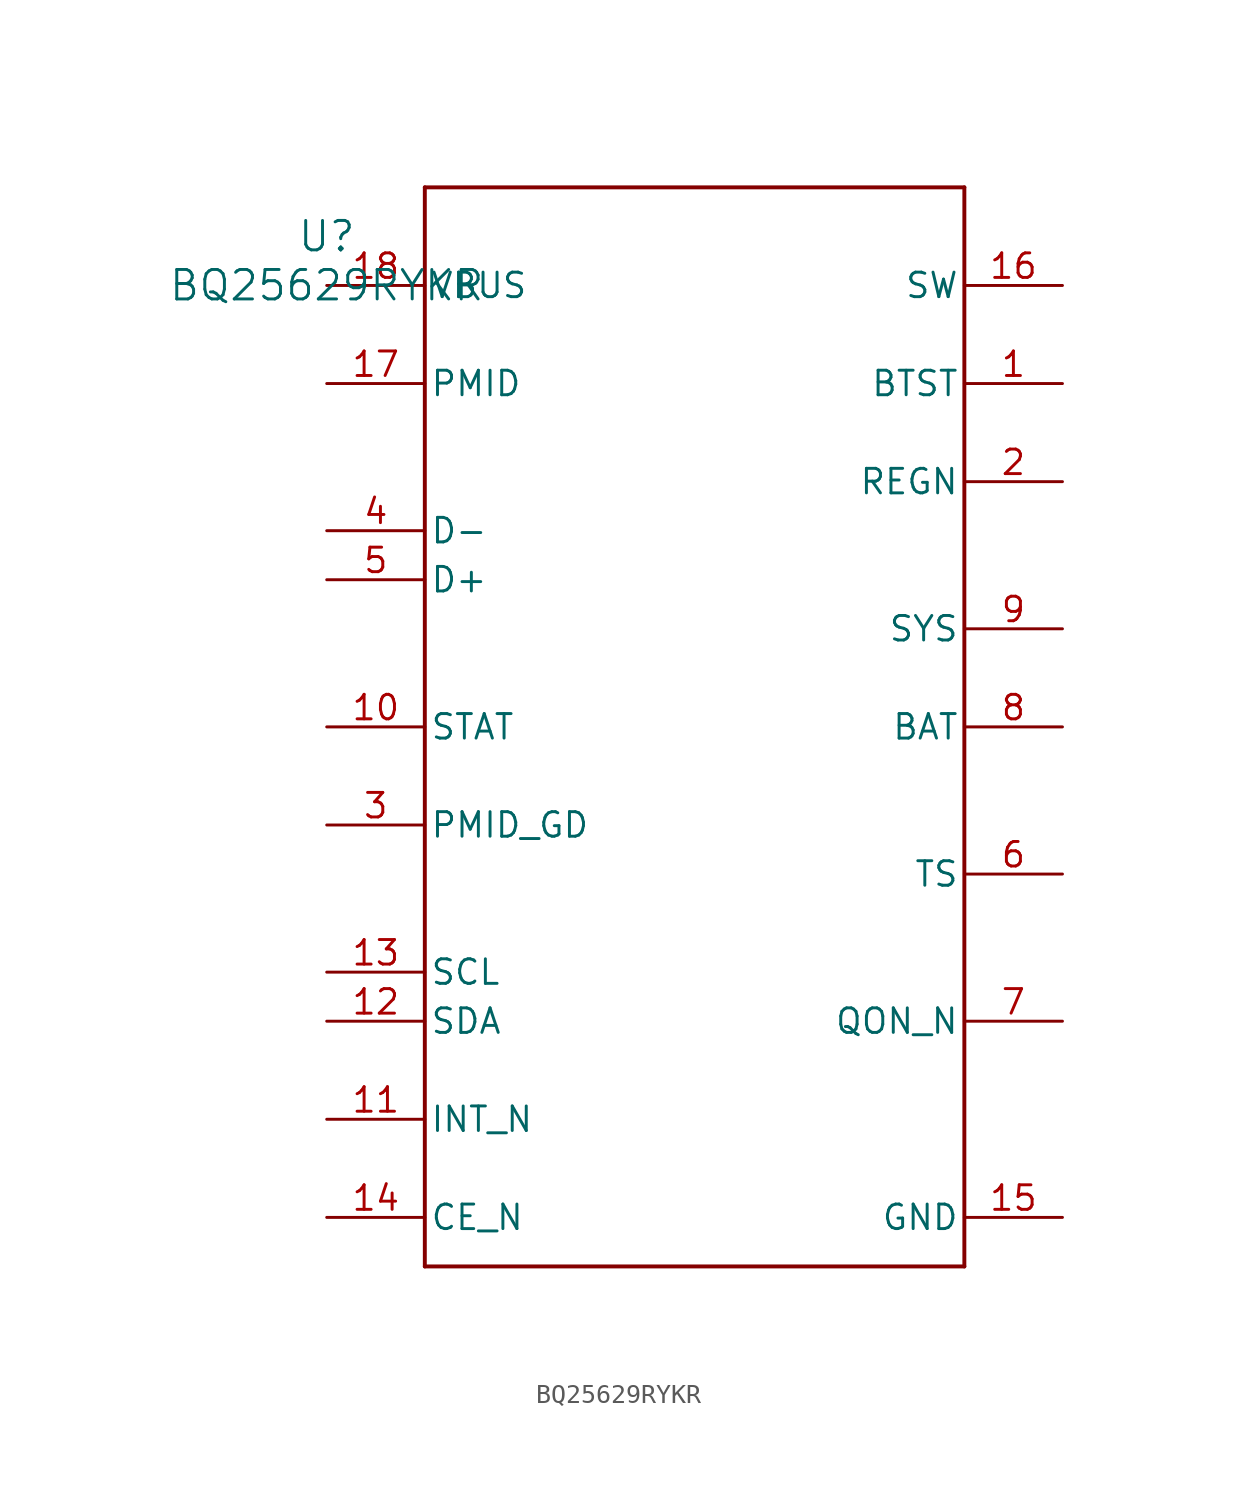
<source format=kicad_sym>
(kicad_symbol_lib
  (version 20211014)
  (generator kicad_symbol_editor)
  (symbol "BQ25629RYKR"
    (pin_names
      (offset 0.254))
    (property "Reference" "U"
      (at 0 2.54 0)
      (effects (font (size 1.524 1.524))))
    (property "Value" "BQ25629RYKR"
      (at 0 0 0)
      (effects (font (size 1.524 1.524))))
    (symbol "BQ25629RYKR_0_1"
      (polyline (pts (xy 5.08 -50.8) (xy 33.02 -50.8)) (stroke (width 0.203) (type default) (color 0 0 0 0)) (fill (type none)))
      (polyline (pts (xy 33.02 -50.8) (xy 33.02 5.08)) (stroke (width 0.203) (type default) (color 0 0 0 0)) (fill (type none)))
      (polyline (pts (xy 33.02 5.08) (xy 5.08 5.08)) (stroke (width 0.203) (type default) (color 0 0 0 0)) (fill (type none)))
      (polyline (pts (xy 5.08 5.08) (xy 5.08 -50.8)) (stroke (width 0.203) (type default) (color 0 0 0 0)) (fill (type none)))
      (pin unspecified line (at 38.1 -5.08 180) (length 5.08) (name "BTST" (effects (font (size 1.27 1.27)))) (number "1" (effects (font (size 1.27 1.27)))))
      (pin unspecified line (at 38.1 -10.16 180) (length 5.08) (name "REGN" (effects (font (size 1.27 1.27)))) (number "2" (effects (font (size 1.27 1.27)))))
      (pin open_collector line (at 0 -27.94 0) (length 5.08) (name "PMID_GD" (effects (font (size 1.27 1.27)))) (number "3" (effects (font (size 1.27 1.27)))))
      (pin bidirectional line (at 0 -12.7 0) (length 5.08) (name "D-" (effects (font (size 1.27 1.27)))) (number "4" (effects (font (size 1.27 1.27)))))
      (pin bidirectional line (at 0 -15.24 0) (length 5.08) (name "D+" (effects (font (size 1.27 1.27)))) (number "5" (effects (font (size 1.27 1.27)))))
      (pin unspecified line (at 38.1 -30.48 180) (length 5.08) (name "TS" (effects (font (size 1.27 1.27)))) (number "6" (effects (font (size 1.27 1.27)))))
      (pin input line (at 38.1 -38.1 180) (length 5.08) (name "QON_N" (effects (font (size 1.27 1.27)))) (number "7" (effects (font (size 1.27 1.27)))))
      (pin power_in line (at 38.1 -22.86 180) (length 5.08) (name "BAT" (effects (font (size 1.27 1.27)))) (number "8" (effects (font (size 1.27 1.27)))))
      (pin unspecified line (at 38.1 -17.78 180) (length 5.08) (name "SYS" (effects (font (size 1.27 1.27)))) (number "9" (effects (font (size 1.27 1.27)))))
      (pin open_collector line (at 0 -22.86 0) (length 5.08) (name "STAT" (effects (font (size 1.27 1.27)))) (number "10" (effects (font (size 1.27 1.27)))))
      (pin open_collector line (at 0 -43.18 0) (length 5.08) (name "INT_N" (effects (font (size 1.27 1.27)))) (number "11" (effects (font (size 1.27 1.27)))))
      (pin bidirectional line (at 0 -38.1 0) (length 5.08) (name "SDA" (effects (font (size 1.27 1.27)))) (number "12" (effects (font (size 1.27 1.27)))))
      (pin input line (at 0 -35.56 0) (length 5.08) (name "SCL" (effects (font (size 1.27 1.27)))) (number "13" (effects (font (size 1.27 1.27)))))
      (pin input line (at 0 -48.26 0) (length 5.08) (name "CE_N" (effects (font (size 1.27 1.27)))) (number "14" (effects (font (size 1.27 1.27)))))
      (pin power_in line (at 38.1 -48.26 180) (length 5.08) (name "GND" (effects (font (size 1.27 1.27)))) (number "15" (effects (font (size 1.27 1.27)))))
      (pin unspecified line (at 38.1 0 180) (length 5.08) (name "SW" (effects (font (size 1.27 1.27)))) (number "16" (effects (font (size 1.27 1.27)))))
      (pin unspecified line (at 0 -5.08 0) (length 5.08) (name "PMID" (effects (font (size 1.27 1.27)))) (number "17" (effects (font (size 1.27 1.27)))))
      (pin power_in line (at 0 0 0) (length 5.08) (name "VBUS" (effects (font (size 1.27 1.27)))) (number "18" (effects (font (size 1.27 1.27))))))))
</source>
